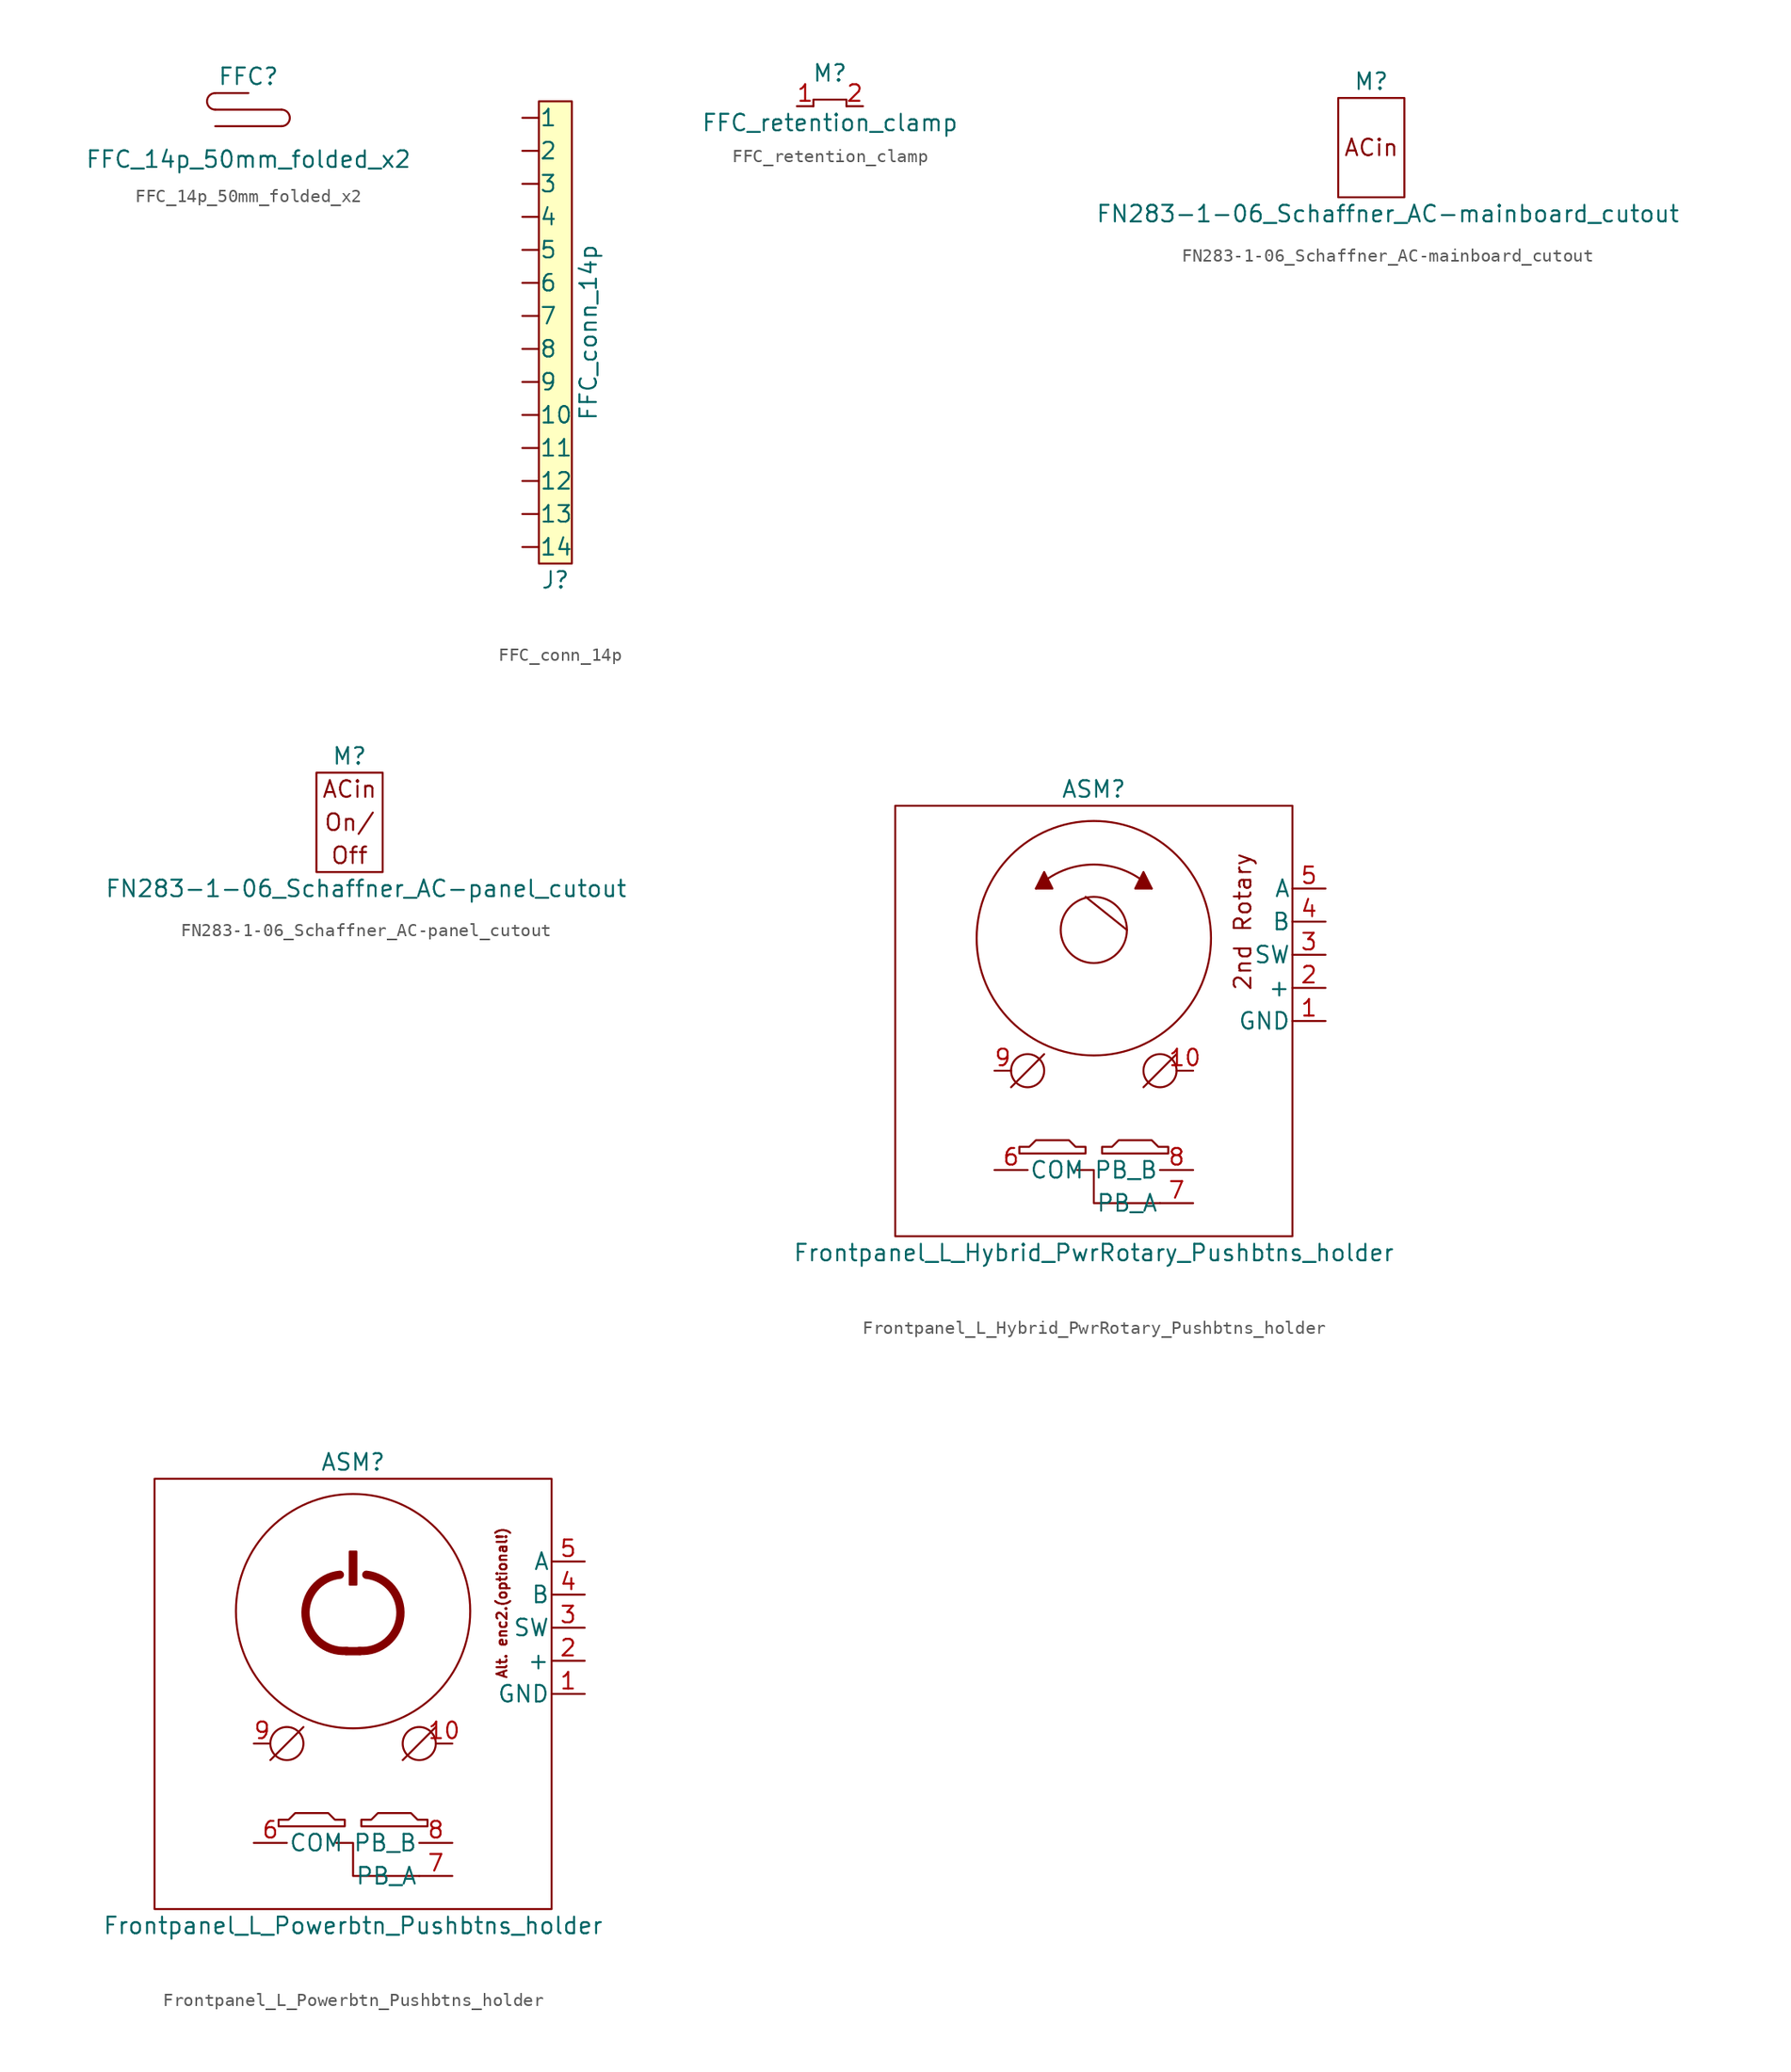
<source format=kicad_sym>
(kicad_symbol_lib
  (version 20211014)
  (generator kicad_symbol_editor)
  (symbol "FFC_14p_50mm_folded_x2"
    (pin_numbers hide)
    (pin_names
      (offset 0) hide)
    (property "Reference" "FFC"
      (at 0 3.81 0)
      (effects (font (size 1.27 1.27))))
    (property "Value" "FFC_14p_50mm_folded_x2"
      (at 0 -2.54 0)
      (effects (font (size 1.27 1.27))))
    (symbol "FFC_14p_50mm_folded_x2_0_1"
      (arc (start -2.54 2.54) (mid -3.175 1.905) (end -2.54 1.27) (stroke (width 0) (type default) (color 0 0 0 0)) (fill (type none)))
      (polyline (pts (xy -2.54 0) (xy 2.54 0)) (stroke (width 0) (type default) (color 0 0 0 0)) (fill (type none)))
      (polyline (pts (xy -2.54 2.54) (xy 0 2.54)) (stroke (width 0) (type default) (color 0 0 0 0)) (fill (type none)))
      (polyline (pts (xy 2.54 1.27) (xy -2.54 1.27)) (stroke (width 0) (type default) (color 0 0 0 0)) (fill (type none)))
      (arc (start 2.54 0) (mid 3.175 0.635) (end 2.54 1.27) (stroke (width 0) (type default) (color 0 0 0 0)) (fill (type none)))))
  (symbol "FFC_conn_14p"
    (pin_numbers hide)
    (pin_names
      (offset 0.025))
    (property "Reference" "J"
      (at 0 -19.05 0)
      (effects (font (size 1.27 1.27))))
    (property "Value" "FFC_conn_14p"
      (at 2.54 0 90)
      (effects (font (size 1.27 1.27))))
    (symbol "FFC_conn_14p_0_1"
      (rectangle (start -1.27 17.78) (end 1.27 -17.78) (stroke (width 0) (type default) (color 0 0 0 0)) (fill (type background))))
    (symbol "FFC_conn_14p_1_1"
      (pin passive line (at -2.54 16.51 0) (length 1.27) (name "1" (effects (font (size 1.27 1.27)))) (number "1" (effects (font (size 1.27 1.27)))))
      (pin passive line (at -2.54 -6.35 0) (length 1.27) (name "10" (effects (font (size 1.27 1.27)))) (number "10" (effects (font (size 1.27 1.27)))))
      (pin passive line (at -2.54 -8.89 0) (length 1.27) (name "11" (effects (font (size 1.27 1.27)))) (number "11" (effects (font (size 1.27 1.27)))))
      (pin passive line (at -2.54 -11.43 0) (length 1.27) (name "12" (effects (font (size 1.27 1.27)))) (number "12" (effects (font (size 1.27 1.27)))))
      (pin passive line (at -2.54 -13.97 0) (length 1.27) (name "13" (effects (font (size 1.27 1.27)))) (number "13" (effects (font (size 1.27 1.27)))))
      (pin passive line (at -2.54 -16.51 0) (length 1.27) (name "14" (effects (font (size 1.27 1.27)))) (number "14" (effects (font (size 1.27 1.27)))))
      (pin no_connect line (at 2.54 17.78 180) (length 1.27) hide (name "~" (effects (font (size 1.27 1.27)))) (number "15" (effects (font (size 1.27 1.27)))))
      (pin no_connect line (at 2.54 -17.78 180) (length 1.27) hide (name "~" (effects (font (size 1.27 1.27)))) (number "16" (effects (font (size 1.27 1.27)))))
      (pin passive line (at -2.54 13.97 0) (length 1.27) (name "2" (effects (font (size 1.27 1.27)))) (number "2" (effects (font (size 1.27 1.27)))))
      (pin passive line (at -2.54 11.43 0) (length 1.27) (name "3" (effects (font (size 1.27 1.27)))) (number "3" (effects (font (size 1.27 1.27)))))
      (pin passive line (at -2.54 8.89 0) (length 1.27) (name "4" (effects (font (size 1.27 1.27)))) (number "4" (effects (font (size 1.27 1.27)))))
      (pin passive line (at -2.54 6.35 0) (length 1.27) (name "5" (effects (font (size 1.27 1.27)))) (number "5" (effects (font (size 1.27 1.27)))))
      (pin passive line (at -2.54 3.81 0) (length 1.27) (name "6" (effects (font (size 1.27 1.27)))) (number "6" (effects (font (size 1.27 1.27)))))
      (pin passive line (at -2.54 1.27 0) (length 1.27) (name "7" (effects (font (size 1.27 1.27)))) (number "7" (effects (font (size 1.27 1.27)))))
      (pin passive line (at -2.54 -1.27 0) (length 1.27) (name "8" (effects (font (size 1.27 1.27)))) (number "8" (effects (font (size 1.27 1.27)))))
      (pin passive line (at -2.54 -3.81 0) (length 1.27) (name "9" (effects (font (size 1.27 1.27)))) (number "9" (effects (font (size 1.27 1.27)))))))
  (symbol "FFC_retention_clamp"
    (pin_names
      (offset 1.016))
    (property "Reference" "M"
      (at 0 2.54 0)
      (effects (font (size 1.27 1.27))))
    (property "Value" "FFC_retention_clamp"
      (at 0 -1.27 0)
      (effects (font (size 1.27 1.27))))
    (symbol "FFC_retention_clamp_0_1"
      (polyline (pts (xy -1.27 0) (xy -1.27 0.508) (xy 1.27 0.508) (xy 1.27 0)) (stroke (width 0) (type default) (color 0 0 0 0)) (fill (type none))))
    (symbol "FFC_retention_clamp_1_1"
      (pin passive line (at -2.54 0 0) (length 1.27) (name "~" (effects (font (size 1.27 1.27)))) (number "1" (effects (font (size 1.27 1.27)))))
      (pin passive line (at 2.54 0 180) (length 1.27) (name "~" (effects (font (size 1.27 1.27)))) (number "2" (effects (font (size 1.27 1.27)))))))
  (symbol "FN283-1-06_Schaffner_AC-mainboard_cutout"
    (pin_names
      (offset 1.016))
    (property "Reference" "M"
      (at 0 5.08 0)
      (effects (font (size 1.27 1.27))))
    (property "Value" "FN283-1-06_Schaffner_AC-mainboard_cutout"
      (at 1.27 -5.08 0)
      (effects (font (size 1.27 1.27))))
    (symbol "FN283-1-06_Schaffner_AC-mainboard_cutout_0_0"
      (text "ACin" (at 0 0 0) (effects (font (size 1.27 1.27)))))
    (symbol "FN283-1-06_Schaffner_AC-mainboard_cutout_0_1"
      (rectangle (start -2.54 3.81) (end 2.54 -3.81) (stroke (width 0) (type default) (color 0 0 0 0)) (fill (type none)))))
  (symbol "FN283-1-06_Schaffner_AC-panel_cutout"
    (pin_names
      (offset 1.016))
    (property "Reference" "M"
      (at 0 5.08 0)
      (effects (font (size 1.27 1.27))))
    (property "Value" "FN283-1-06_Schaffner_AC-panel_cutout"
      (at 1.27 -5.08 0)
      (effects (font (size 1.27 1.27))))
    (symbol "FN283-1-06_Schaffner_AC-panel_cutout_0_0"
      (text "ACin" (at 0 2.54 0) (effects (font (size 1.27 1.27))))
      (text "Off" (at 0 -2.54 0) (effects (font (size 1.27 1.27))))
      (text "On/" (at 0 0 0) (effects (font (size 1.27 1.27)))))
    (symbol "FN283-1-06_Schaffner_AC-panel_cutout_0_1"
      (rectangle (start -2.54 3.81) (end 2.54 -3.81) (stroke (width 0) (type default) (color 0 0 0 0)) (fill (type none)))))
  (symbol "Frontpanel_L_Hybrid_PwrRotary_Pushbtns_holder"
    (pin_names
      (offset 0.127))
    (property "Reference" "ASM"
      (at 0 21.59 0)
      (effects (font (size 1.27 1.27))))
    (property "Value" "Frontpanel_L_Hybrid_PwrRotary_Pushbtns_holder"
      (at 0 -13.97 0)
      (effects (font (size 1.27 1.27))))
    (symbol "Frontpanel_L_Hybrid_PwrRotary_Pushbtns_holder_0_0"
      (polyline (pts (xy -0.635 13.335) (xy 2.54 10.795)) (stroke (width 0) (type default) (color 0 0 0 0)) (fill (type none)))
      (polyline (pts (xy -4.445 13.97) (xy -3.175 13.97) (xy -3.81 15.24) (xy -4.445 13.97)) (stroke (width 0) (type default) (color 0 0 0 0)) (fill (type outline)))
      (polyline (pts (xy 4.445 13.97) (xy 3.81 15.24) (xy 3.175 13.97) (xy 4.445 13.97)) (stroke (width 0) (type default) (color 0 0 0 0)) (fill (type outline)))
      (circle (center 0 10.795) (radius 2.54) (stroke (width 0) (type default) (color 0 0 0 0)) (fill (type none)))
      (arc (start 4.445 13.97) (mid 0 15.8112) (end -4.445 13.97) (stroke (width 0) (type default) (color 0 0 0 0)) (fill (type none)))
      (text "2nd Rotary" (at 11.43 11.43 900) (effects (font (size 1.27 1.27)))))
    (symbol "Frontpanel_L_Hybrid_PwrRotary_Pushbtns_holder_0_1"
      (rectangle (start -15.24 20.32) (end 15.24 -12.7) (stroke (width 0) (type default) (color 0 0 0 0)) (fill (type none)))
      (circle (center -5.08 0) (radius 1.27) (stroke (width 0) (type default) (color 0 0 0 0)) (fill (type none)))
      (polyline (pts (xy -3.81 1.27) (xy -6.35 -1.27)) (stroke (width 0) (type default) (color 0 0 0 0)) (fill (type none)))
      (polyline (pts (xy 6.35 1.27) (xy 3.81 -1.27)) (stroke (width 0) (type default) (color 0 0 0 0)) (fill (type none)))
      (polyline (pts (xy -1.27 -7.62) (xy 0 -7.62) (xy 0 -10.16) (xy 5.08 -10.16)) (stroke (width 0) (type default) (color 0 0 0 0)) (fill (type none)))
      (polyline (pts (xy -5.715 -6.35) (xy -0.635 -6.35) (xy -0.635 -5.842) (xy -1.397 -5.842) (xy -1.905 -5.334) (xy -4.445 -5.334) (xy -4.953 -5.842) (xy -5.715 -5.842) (xy -5.715 -6.35)) (stroke (width 0) (type default) (color 0 0 0 0)) (fill (type none)))
      (polyline (pts (xy 0.635 -6.35) (xy 5.715 -6.35) (xy 5.715 -5.842) (xy 4.953 -5.842) (xy 4.445 -5.334) (xy 1.905 -5.334) (xy 1.397 -5.842) (xy 0.635 -5.842) (xy 0.635 -6.35)) (stroke (width 0) (type default) (color 0 0 0 0)) (fill (type none)))
      (circle (center 0 10.16) (radius 8.992) (stroke (width 0) (type default) (color 0 0 0 0)) (fill (type none)))
      (circle (center 5.08 0) (radius 1.27) (stroke (width 0) (type default) (color 0 0 0 0)) (fill (type none))))
    (symbol "Frontpanel_L_Hybrid_PwrRotary_Pushbtns_holder_1_1"
      (pin power_in line (at 17.78 3.81 180) (length 2.54) (name "GND" (effects (font (size 1.27 1.27)))) (number "1" (effects (font (size 1.27 1.27)))))
      (pin passive line (at 7.62 0 180) (length 1.27) (name "~" (effects (font (size 1.27 1.27)))) (number "10" (effects (font (size 1.27 1.27)))))
      (pin power_in line (at 17.78 6.35 180) (length 2.54) (name "+" (effects (font (size 1.27 1.27)))) (number "2" (effects (font (size 1.27 1.27)))))
      (pin passive line (at 17.78 8.89 180) (length 2.54) (name "SW" (effects (font (size 1.27 1.27)))) (number "3" (effects (font (size 1.27 1.27)))))
      (pin passive line (at 17.78 11.43 180) (length 2.54) (name "B" (effects (font (size 1.27 1.27)))) (number "4" (effects (font (size 1.27 1.27)))))
      (pin passive line (at 17.78 13.97 180) (length 2.54) (name "A" (effects (font (size 1.27 1.27)))) (number "5" (effects (font (size 1.27 1.27)))))
      (pin passive line (at -7.62 -7.62 0) (length 2.54) (name "COM" (effects (font (size 1.27 1.27)))) (number "6" (effects (font (size 1.27 1.27)))))
      (pin passive line (at 7.62 -10.16 180) (length 2.54) (name "PB_A" (effects (font (size 1.27 1.27)))) (number "7" (effects (font (size 1.27 1.27)))))
      (pin passive line (at 7.62 -7.62 180) (length 2.54) (name "PB_B" (effects (font (size 1.27 1.27)))) (number "8" (effects (font (size 1.27 1.27)))))
      (pin passive line (at -7.62 0 0) (length 1.27) (name "~" (effects (font (size 1.27 1.27)))) (number "9" (effects (font (size 1.27 1.27)))))))
  (symbol "Frontpanel_L_Powerbtn_Pushbtns_holder"
    (pin_names
      (offset 0.127))
    (property "Reference" "ASM"
      (at 0 21.59 0)
      (effects (font (size 1.27 1.27))))
    (property "Value" "Frontpanel_L_Powerbtn_Pushbtns_holder"
      (at 0 -13.97 0)
      (effects (font (size 1.27 1.27))))
    (symbol "Frontpanel_L_Powerbtn_Pushbtns_holder_0_0"
      (text "Alt. enc2.(optional!)" (at 11.43 10.795 900) (effects (font (size 0.762 0.762)))))
    (symbol "Frontpanel_L_Powerbtn_Pushbtns_holder_0_1"
      (rectangle (start -15.24 20.32) (end 15.24 -12.7) (stroke (width 0) (type default) (color 0 0 0 0)) (fill (type none)))
      (circle (center -5.08 0) (radius 1.27) (stroke (width 0) (type default) (color 0 0 0 0)) (fill (type none)))
      (arc (start -1.016 12.954) (mid -3.6374 9.783) (end -0.508 7.112) (stroke (width 0.635) (type default) (color 0 0 0 0)) (fill (type none)))
      (rectangle (start -0.254 14.732) (end 0.254 12.192) (stroke (width 0) (type default) (color 0 0 0 0)) (fill (type outline)))
      (polyline (pts (xy -3.81 1.27) (xy -6.35 -1.27)) (stroke (width 0) (type default) (color 0 0 0 0)) (fill (type none)))
      (polyline (pts (xy -0.508 7.087) (xy 0.508 7.087)) (stroke (width 0.635) (type default) (color 0 0 0 0)) (fill (type none)))
      (polyline (pts (xy 6.35 1.27) (xy 3.81 -1.27)) (stroke (width 0) (type default) (color 0 0 0 0)) (fill (type none)))
      (polyline (pts (xy -1.27 -7.62) (xy 0 -7.62) (xy 0 -10.16) (xy 5.08 -10.16)) (stroke (width 0) (type default) (color 0 0 0 0)) (fill (type none)))
      (polyline (pts (xy -5.715 -6.35) (xy -0.635 -6.35) (xy -0.635 -5.842) (xy -1.397 -5.842) (xy -1.905 -5.334) (xy -4.445 -5.334) (xy -4.953 -5.842) (xy -5.715 -5.842) (xy -5.715 -6.35)) (stroke (width 0) (type default) (color 0 0 0 0)) (fill (type none)))
      (polyline (pts (xy 0.635 -6.35) (xy 5.715 -6.35) (xy 5.715 -5.842) (xy 4.953 -5.842) (xy 4.445 -5.334) (xy 1.905 -5.334) (xy 1.397 -5.842) (xy 0.635 -5.842) (xy 0.635 -6.35)) (stroke (width 0) (type default) (color 0 0 0 0)) (fill (type none)))
      (circle (center 0 10.16) (radius 8.992) (stroke (width 0) (type default) (color 0 0 0 0)) (fill (type none)))
      (arc (start 0.508 7.112) (mid 3.6287 9.7838) (end 1.016 12.954) (stroke (width 0.635) (type default) (color 0 0 0 0)) (fill (type none)))
      (circle (center 5.08 0) (radius 1.27) (stroke (width 0) (type default) (color 0 0 0 0)) (fill (type none))))
    (symbol "Frontpanel_L_Powerbtn_Pushbtns_holder_1_1"
      (pin power_in line (at 17.78 3.81 180) (length 2.54) (name "GND" (effects (font (size 1.27 1.27)))) (number "1" (effects (font (size 1.27 1.27)))))
      (pin passive line (at 7.62 0 180) (length 1.27) (name "~" (effects (font (size 1.27 1.27)))) (number "10" (effects (font (size 1.27 1.27)))))
      (pin power_in line (at 17.78 6.35 180) (length 2.54) (name "+" (effects (font (size 1.27 1.27)))) (number "2" (effects (font (size 1.27 1.27)))))
      (pin passive line (at 17.78 8.89 180) (length 2.54) (name "SW" (effects (font (size 1.27 1.27)))) (number "3" (effects (font (size 1.27 1.27)))))
      (pin passive line (at 17.78 11.43 180) (length 2.54) (name "B" (effects (font (size 1.27 1.27)))) (number "4" (effects (font (size 1.27 1.27)))))
      (pin passive line (at 17.78 13.97 180) (length 2.54) (name "A" (effects (font (size 1.27 1.27)))) (number "5" (effects (font (size 1.27 1.27)))))
      (pin passive line (at -7.62 -7.62 0) (length 2.54) (name "COM" (effects (font (size 1.27 1.27)))) (number "6" (effects (font (size 1.27 1.27)))))
      (pin passive line (at 7.62 -10.16 180) (length 2.54) (name "PB_A" (effects (font (size 1.27 1.27)))) (number "7" (effects (font (size 1.27 1.27)))))
      (pin passive line (at 7.62 -7.62 180) (length 2.54) (name "PB_B" (effects (font (size 1.27 1.27)))) (number "8" (effects (font (size 1.27 1.27)))))
      (pin passive line (at -7.62 0 0) (length 1.27) (name "~" (effects (font (size 1.27 1.27)))) (number "9" (effects (font (size 1.27 1.27))))))))
</source>
